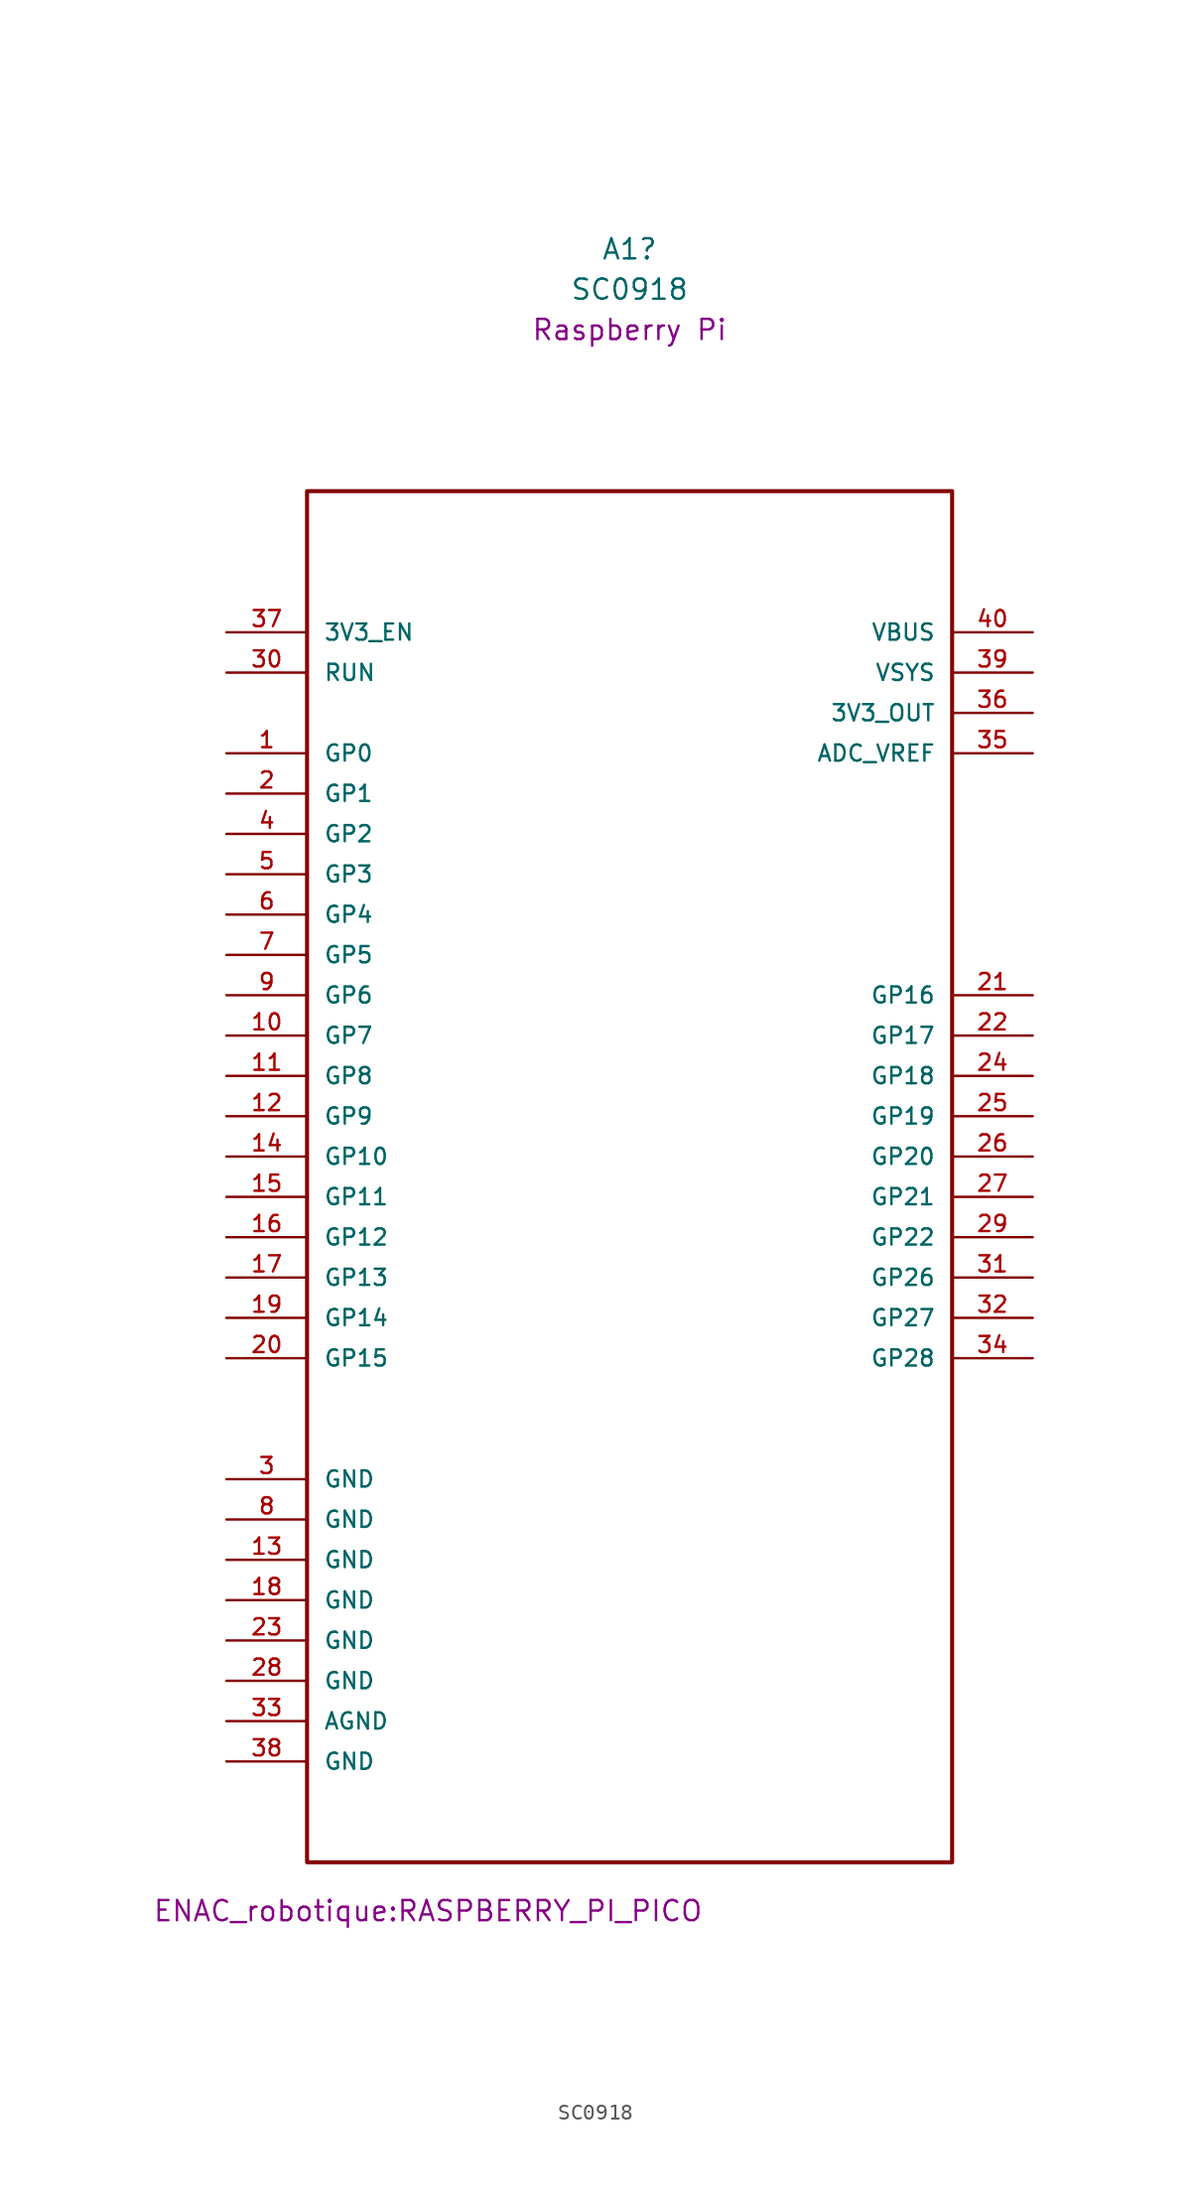
<source format=kicad_sym>
(kicad_symbol_lib
  (version 20231120)
  (generator "kicad_symbol_editor")
  (generator_version "8.0")
  (symbol "SC0918"
    (pin_names
      (offset 1.016))
    (property "Reference" "A1"
      (at 0 58.42 0)
      (effects (font (size 1.27 1.27))))
    (property "Value" "SC0918"
      (at 0 55.88 0)
      (effects (font (size 1.27 1.27))))
    (property "Footprint" "ENAC_robotique:RASPBERRY_PI_PICO"
      (at -12.7 -46.99 0)
      (effects (font (size 1.27 1.27)) (justify bottom)))
    (property "manufacturer" "Raspberry Pi"
      (at 0 53.34 0)
      (effects (font (size 1.27 1.27))))
    (symbol "SC0918_0_0"
      (rectangle (start -20.32 -43.18) (end 20.32 43.18) (stroke (width 0.254) (type default)) (fill (type none)))
      (pin bidirectional line (at -25.4 26.67 0) (length 5.08) (name "GP0" (effects (font (size 1.016 1.016)))) (number "1" (effects (font (size 1.016 1.016)))))
      (pin bidirectional line (at -25.4 8.89 0) (length 5.08) (name "GP7" (effects (font (size 1.016 1.016)))) (number "10" (effects (font (size 1.016 1.016)))))
      (pin bidirectional line (at -25.4 6.35 0) (length 5.08) (name "GP8" (effects (font (size 1.016 1.016)))) (number "11" (effects (font (size 1.016 1.016)))))
      (pin bidirectional line (at -25.4 3.81 0) (length 5.08) (name "GP9" (effects (font (size 1.016 1.016)))) (number "12" (effects (font (size 1.016 1.016)))))
      (pin power_in line (at -25.4 -24.13 0) (length 5.08) (name "GND" (effects (font (size 1.016 1.016)))) (number "13" (effects (font (size 1.016 1.016)))))
      (pin bidirectional line (at -25.4 1.27 0) (length 5.08) (name "GP10" (effects (font (size 1.016 1.016)))) (number "14" (effects (font (size 1.016 1.016)))))
      (pin bidirectional line (at -25.4 -1.27 0) (length 5.08) (name "GP11" (effects (font (size 1.016 1.016)))) (number "15" (effects (font (size 1.016 1.016)))))
      (pin bidirectional line (at -25.4 -3.81 0) (length 5.08) (name "GP12" (effects (font (size 1.016 1.016)))) (number "16" (effects (font (size 1.016 1.016)))))
      (pin bidirectional line (at -25.4 -6.35 0) (length 5.08) (name "GP13" (effects (font (size 1.016 1.016)))) (number "17" (effects (font (size 1.016 1.016)))))
      (pin power_in line (at -25.4 -26.67 0) (length 5.08) (name "GND" (effects (font (size 1.016 1.016)))) (number "18" (effects (font (size 1.016 1.016)))))
      (pin bidirectional line (at -25.4 -8.89 0) (length 5.08) (name "GP14" (effects (font (size 1.016 1.016)))) (number "19" (effects (font (size 1.016 1.016)))))
      (pin bidirectional line (at -25.4 24.13 0) (length 5.08) (name "GP1" (effects (font (size 1.016 1.016)))) (number "2" (effects (font (size 1.016 1.016)))))
      (pin bidirectional line (at -25.4 -11.43 0) (length 5.08) (name "GP15" (effects (font (size 1.016 1.016)))) (number "20" (effects (font (size 1.016 1.016)))))
      (pin bidirectional line (at 25.4 11.43 180) (length 5.08) (name "GP16" (effects (font (size 1.016 1.016)))) (number "21" (effects (font (size 1.016 1.016)))))
      (pin bidirectional line (at 25.4 8.89 180) (length 5.08) (name "GP17" (effects (font (size 1.016 1.016)))) (number "22" (effects (font (size 1.016 1.016)))))
      (pin power_in line (at -25.4 -29.21 0) (length 5.08) (name "GND" (effects (font (size 1.016 1.016)))) (number "23" (effects (font (size 1.016 1.016)))))
      (pin bidirectional line (at 25.4 6.35 180) (length 5.08) (name "GP18" (effects (font (size 1.016 1.016)))) (number "24" (effects (font (size 1.016 1.016)))))
      (pin bidirectional line (at 25.4 3.81 180) (length 5.08) (name "GP19" (effects (font (size 1.016 1.016)))) (number "25" (effects (font (size 1.016 1.016)))))
      (pin bidirectional line (at 25.4 1.27 180) (length 5.08) (name "GP20" (effects (font (size 1.016 1.016)))) (number "26" (effects (font (size 1.016 1.016)))))
      (pin bidirectional line (at 25.4 -1.27 180) (length 5.08) (name "GP21" (effects (font (size 1.016 1.016)))) (number "27" (effects (font (size 1.016 1.016)))))
      (pin power_in line (at -25.4 -31.75 0) (length 5.08) (name "GND" (effects (font (size 1.016 1.016)))) (number "28" (effects (font (size 1.016 1.016)))))
      (pin bidirectional line (at 25.4 -3.81 180) (length 5.08) (name "GP22" (effects (font (size 1.016 1.016)))) (number "29" (effects (font (size 1.016 1.016)))))
      (pin power_in line (at -25.4 -19.05 0) (length 5.08) (name "GND" (effects (font (size 1.016 1.016)))) (number "3" (effects (font (size 1.016 1.016)))))
      (pin input line (at -25.4 31.75 0) (length 5.08) (name "RUN" (effects (font (size 1.016 1.016)))) (number "30" (effects (font (size 1.016 1.016)))))
      (pin bidirectional line (at 25.4 -6.35 180) (length 5.08) (name "GP26" (effects (font (size 1.016 1.016)))) (number "31" (effects (font (size 1.016 1.016)))))
      (pin bidirectional line (at 25.4 -8.89 180) (length 5.08) (name "GP27" (effects (font (size 1.016 1.016)))) (number "32" (effects (font (size 1.016 1.016)))))
      (pin power_in line (at -25.4 -34.29 0) (length 5.08) (name "AGND" (effects (font (size 1.016 1.016)))) (number "33" (effects (font (size 1.016 1.016)))))
      (pin bidirectional line (at 25.4 -11.43 180) (length 5.08) (name "GP28" (effects (font (size 1.016 1.016)))) (number "34" (effects (font (size 1.016 1.016)))))
      (pin power_in line (at 25.4 26.67 180) (length 5.08) (name "ADC_VREF" (effects (font (size 1.016 1.016)))) (number "35" (effects (font (size 1.016 1.016)))))
      (pin power_in line (at 25.4 29.21 180) (length 5.08) (name "3V3_OUT" (effects (font (size 1.016 1.016)))) (number "36" (effects (font (size 1.016 1.016)))))
      (pin input line (at -25.4 34.29 0) (length 5.08) (name "3V3_EN" (effects (font (size 1.016 1.016)))) (number "37" (effects (font (size 1.016 1.016)))))
      (pin power_in line (at -25.4 -36.83 0) (length 5.08) (name "GND" (effects (font (size 1.016 1.016)))) (number "38" (effects (font (size 1.016 1.016)))))
      (pin free line (at 25.4 31.75 180) (length 5.08) (name "VSYS" (effects (font (size 1.016 1.016)))) (number "39" (effects (font (size 1.016 1.016)))))
      (pin bidirectional line (at -25.4 21.59 0) (length 5.08) (name "GP2" (effects (font (size 1.016 1.016)))) (number "4" (effects (font (size 1.016 1.016)))))
      (pin free line (at 25.4 34.29 180) (length 5.08) (name "VBUS" (effects (font (size 1.016 1.016)))) (number "40" (effects (font (size 1.016 1.016)))))
      (pin bidirectional line (at -25.4 19.05 0) (length 5.08) (name "GP3" (effects (font (size 1.016 1.016)))) (number "5" (effects (font (size 1.016 1.016)))))
      (pin bidirectional line (at -25.4 16.51 0) (length 5.08) (name "GP4" (effects (font (size 1.016 1.016)))) (number "6" (effects (font (size 1.016 1.016)))))
      (pin bidirectional line (at -25.4 13.97 0) (length 5.08) (name "GP5" (effects (font (size 1.016 1.016)))) (number "7" (effects (font (size 1.016 1.016)))))
      (pin power_in line (at -25.4 -21.59 0) (length 5.08) (name "GND" (effects (font (size 1.016 1.016)))) (number "8" (effects (font (size 1.016 1.016)))))
      (pin bidirectional line (at -25.4 11.43 0) (length 5.08) (name "GP6" (effects (font (size 1.016 1.016)))) (number "9" (effects (font (size 1.016 1.016))))))))
</source>
